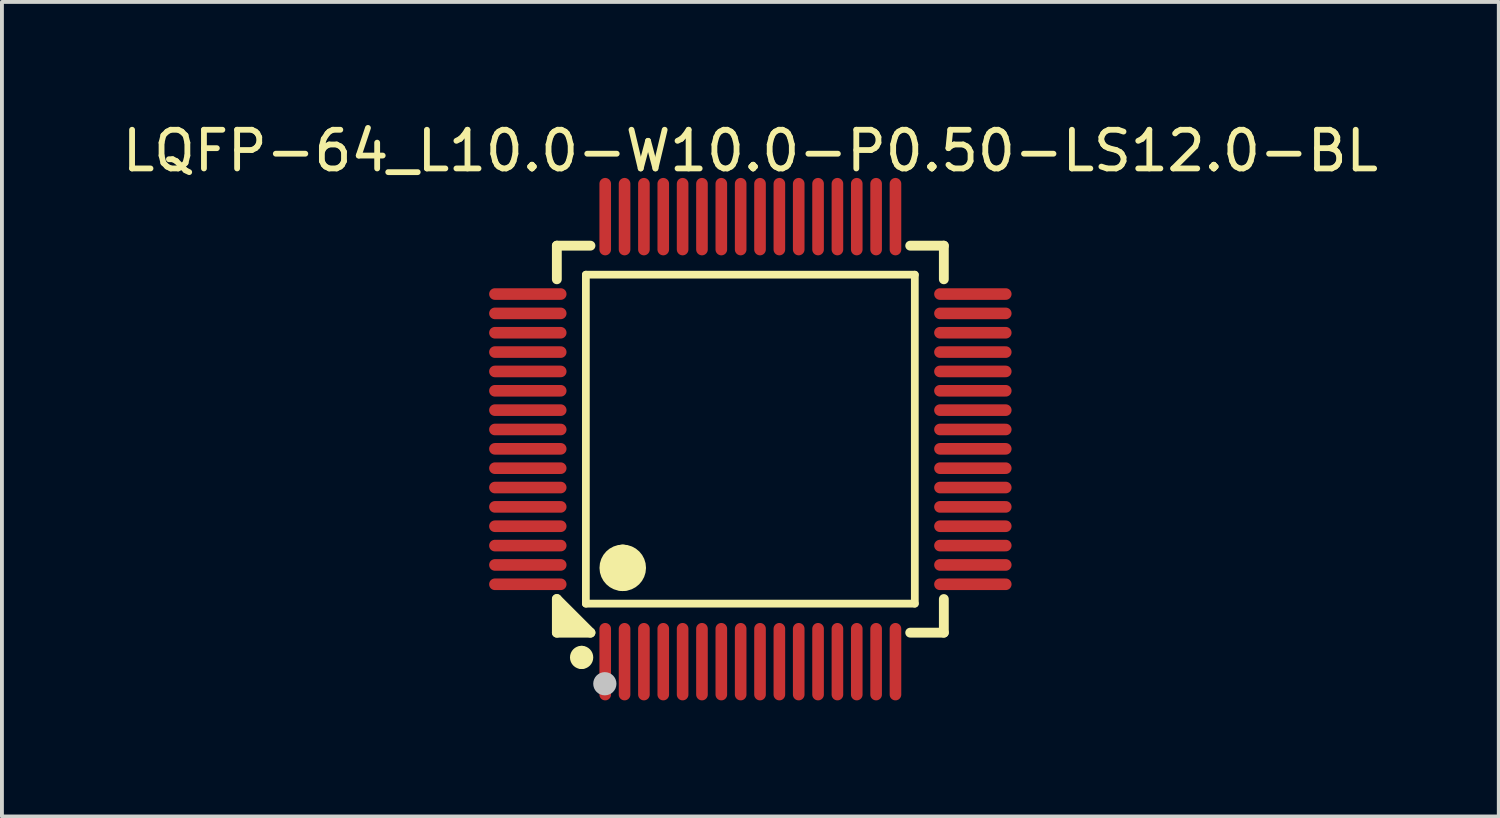
<source format=kicad_pcb>
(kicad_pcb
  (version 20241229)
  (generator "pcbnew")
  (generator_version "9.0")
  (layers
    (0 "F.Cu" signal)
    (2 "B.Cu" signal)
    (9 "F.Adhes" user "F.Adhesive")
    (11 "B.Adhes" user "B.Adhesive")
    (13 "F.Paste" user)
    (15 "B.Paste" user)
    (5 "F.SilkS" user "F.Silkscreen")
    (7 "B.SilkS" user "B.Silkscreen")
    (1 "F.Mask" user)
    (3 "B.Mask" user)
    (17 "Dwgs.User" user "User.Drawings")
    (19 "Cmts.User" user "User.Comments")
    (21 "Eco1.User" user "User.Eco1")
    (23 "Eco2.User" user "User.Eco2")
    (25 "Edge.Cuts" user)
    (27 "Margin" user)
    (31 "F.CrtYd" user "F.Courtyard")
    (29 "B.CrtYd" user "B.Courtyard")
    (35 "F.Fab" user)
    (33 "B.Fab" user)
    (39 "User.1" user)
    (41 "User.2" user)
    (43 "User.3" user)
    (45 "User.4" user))
  (footprint "LQFP-64_L10.0-W10.0-P0.50-LS12.0-BL"
    (layer "F.Cu")
    (at 16.339 8.298)
    (property "Reference" "LQFP-64_L10.0-W10.0-P0.50-LS12.0-BL" (at 0 -7.45 0) (layer "F.SilkS") (effects (font (size 1 1) (thickness 0.15))))
    (fp_line (start -5 -5) (end -4.131 -5) (stroke (width 0.254) (type default)) (layer "F.SilkS"))
    (fp_line (start -5 -4.131) (end -5 -5) (stroke (width 0.254) (type default)) (layer "F.SilkS"))
    (fp_line (start -5 4.131) (end -4.131 5) (stroke (width 0.254) (type default)) (layer "F.SilkS"))
    (fp_line (start -5 5) (end -5 4.131) (stroke (width 0.254) (type default)) (layer "F.SilkS"))
    (fp_line (start -4.25 -4.25) (end -4.25 4.25) (stroke (width 0.2) (type default)) (layer "F.SilkS"))
    (fp_line (start -4.25 4.25) (end 4.25 4.25) (stroke (width 0.2) (type default)) (layer "F.SilkS"))
    (fp_line (start -4.131 5) (end -5 5) (stroke (width 0.254) (type default)) (layer "F.SilkS"))
    (fp_line (start 4.25 -4.25) (end -4.25 -4.25) (stroke (width 0.2) (type default)) (layer "F.SilkS"))
    (fp_line (start 4.25 4.25) (end 4.25 -4.25) (stroke (width 0.2) (type default)) (layer "F.SilkS"))
    (fp_line (start 5 -5) (end 4.131 -5) (stroke (width 0.254) (type default)) (layer "F.SilkS"))
    (fp_line (start 5 -5) (end 5 -4.131) (stroke (width 0.254) (type default)) (layer "F.SilkS"))
    (fp_line (start 5 4.131) (end 5 5) (stroke (width 0.254) (type default)) (layer "F.SilkS"))
    (fp_line (start 5 5) (end 4.131 5) (stroke (width 0.254) (type default)) (layer "F.SilkS"))
    (fp_arc (start -4.36 5.79) (mid -4.509998 5.64075) (end -4.3615 5.49) (stroke (width 0.3) (type default)) (layer "F.SilkS"))
    (fp_arc (start -4.3585 5.49) (mid -4.209994 5.64075) (end -4.36 5.79) (stroke (width 0.3) (type default)) (layer "F.SilkS"))
    (fp_arc (start -3.297 3.625) (mid -3.596997 3.32625) (end -3.2995 3.025) (stroke (width 0.6) (type default)) (layer "F.SilkS"))
    (fp_arc (start -3.2945 3.025) (mid -2.996992 3.32625) (end -3.297 3.625) (stroke (width 0.6) (type default)) (layer "F.SilkS"))
    (fp_poly (pts (xy -4.131 5) (xy -5 4.131) (xy -5 5)) (stroke (width 0) (type default)) (fill yes) (layer "F.SilkS"))
    (fp_circle (center -3.76 6.32) (end -3.61 6.32) (stroke (width 0.3) (type default)) (fill no) (layer "Dwgs.User"))
    (fp_poly (pts (xy -6 -3.64) (xy -6 -3.86) (xy -5.4 -3.86) (xy -5.4 -3.64)) (stroke (width 0.1) (type default)) (fill no) (layer "User.1"))
    (fp_poly (pts (xy -6 -3.14) (xy -6 -3.36) (xy -5.4 -3.36) (xy -5.4 -3.14)) (stroke (width 0.1) (type default)) (fill no) (layer "User.1"))
    (fp_poly (pts (xy -6 -2.64) (xy -6 -2.86) (xy -5.4 -2.86) (xy -5.4 -2.64)) (stroke (width 0.1) (type default)) (fill no) (layer "User.1"))
    (fp_poly (pts (xy -6 -2.14) (xy -6 -2.36) (xy -5.4 -2.36) (xy -5.4 -2.14)) (stroke (width 0.1) (type default)) (fill no) (layer "User.1"))
    (fp_poly (pts (xy -6 -1.64) (xy -6 -1.86) (xy -5.4 -1.86) (xy -5.4 -1.64)) (stroke (width 0.1) (type default)) (fill no) (layer "User.1"))
    (fp_poly (pts (xy -6 -1.14) (xy -6 -1.36) (xy -5.4 -1.36) (xy -5.4 -1.14)) (stroke (width 0.1) (type default)) (fill no) (layer "User.1"))
    (fp_poly (pts (xy -6 -0.64) (xy -6 -0.86) (xy -5.4 -0.86) (xy -5.4 -0.64)) (stroke (width 0.1) (type default)) (fill no) (layer "User.1"))
    (fp_poly (pts (xy -6 -0.14) (xy -6 -0.36) (xy -5.4 -0.36) (xy -5.4 -0.14)) (stroke (width 0.1) (type default)) (fill no) (layer "User.1"))
    (fp_poly (pts (xy -6 0.36) (xy -6 0.14) (xy -5.4 0.14) (xy -5.4 0.36)) (stroke (width 0.1) (type default)) (fill no) (layer "User.1"))
    (fp_poly (pts (xy -6 0.86) (xy -6 0.64) (xy -5.4 0.64) (xy -5.4 0.86)) (stroke (width 0.1) (type default)) (fill no) (layer "User.1"))
    (fp_poly (pts (xy -6 1.36) (xy -6 1.14) (xy -5.4 1.14) (xy -5.4 1.36)) (stroke (width 0.1) (type default)) (fill no) (layer "User.1"))
    (fp_poly (pts (xy -6 1.86) (xy -6 1.64) (xy -5.4 1.64) (xy -5.4 1.86)) (stroke (width 0.1) (type default)) (fill no) (layer "User.1"))
    (fp_poly (pts (xy -6 2.36) (xy -6 2.14) (xy -5.4 2.14) (xy -5.4 2.36)) (stroke (width 0.1) (type default)) (fill no) (layer "User.1"))
    (fp_poly (pts (xy -6 2.86) (xy -6 2.64) (xy -5.4 2.64) (xy -5.4 2.86)) (stroke (width 0.1) (type default)) (fill no) (layer "User.1"))
    (fp_poly (pts (xy -6 3.36) (xy -6 3.14) (xy -5.4 3.14) (xy -5.4 3.36)) (stroke (width 0.1) (type default)) (fill no) (layer "User.1"))
    (fp_poly (pts (xy -6 3.86) (xy -6 3.64) (xy -5.4 3.64) (xy -5.4 3.86)) (stroke (width 0.1) (type default)) (fill no) (layer "User.1"))
    (fp_poly (pts (xy -5.41 -3.64) (xy -5.41 -3.86) (xy -4.99 -3.86) (xy -4.99 -3.64)) (stroke (width 0.1) (type default)) (fill no) (layer "User.1"))
    (fp_poly (pts (xy -5.41 -3.14) (xy -5.41 -3.36) (xy -4.99 -3.36) (xy -4.99 -3.14)) (stroke (width 0.1) (type default)) (fill no) (layer "User.1"))
    (fp_poly (pts (xy -5.41 -2.64) (xy -5.41 -2.86) (xy -4.99 -2.86) (xy -4.99 -2.64)) (stroke (width 0.1) (type default)) (fill no) (layer "User.1"))
    (fp_poly (pts (xy -5.41 -2.14) (xy -5.41 -2.36) (xy -4.99 -2.36) (xy -4.99 -2.14)) (stroke (width 0.1) (type default)) (fill no) (layer "User.1"))
    (fp_poly (pts (xy -5.41 -1.64) (xy -5.41 -1.86) (xy -4.99 -1.86) (xy -4.99 -1.64)) (stroke (width 0.1) (type default)) (fill no) (layer "User.1"))
    (fp_poly (pts (xy -5.41 -1.14) (xy -5.41 -1.36) (xy -4.99 -1.36) (xy -4.99 -1.14)) (stroke (width 0.1) (type default)) (fill no) (layer "User.1"))
    (fp_poly (pts (xy -5.41 -0.64) (xy -5.41 -0.86) (xy -4.99 -0.86) (xy -4.99 -0.64)) (stroke (width 0.1) (type default)) (fill no) (layer "User.1"))
    (fp_poly (pts (xy -5.41 -0.14) (xy -5.41 -0.36) (xy -4.99 -0.36) (xy -4.99 -0.14)) (stroke (width 0.1) (type default)) (fill no) (layer "User.1"))
    (fp_poly (pts (xy -5.41 0.36) (xy -5.41 0.14) (xy -4.99 0.14) (xy -4.99 0.36)) (stroke (width 0.1) (type default)) (fill no) (layer "User.1"))
    (fp_poly (pts (xy -5.41 0.86) (xy -5.41 0.64) (xy -4.99 0.64) (xy -4.99 0.86)) (stroke (width 0.1) (type default)) (fill no) (layer "User.1"))
    (fp_poly (pts (xy -5.41 1.36) (xy -5.41 1.14) (xy -4.99 1.14) (xy -4.99 1.36)) (stroke (width 0.1) (type default)) (fill no) (layer "User.1"))
    (fp_poly (pts (xy -5.41 1.86) (xy -5.41 1.64) (xy -4.99 1.64) (xy -4.99 1.86)) (stroke (width 0.1) (type default)) (fill no) (layer "User.1"))
    (fp_poly (pts (xy -5.41 2.36) (xy -5.41 2.14) (xy -4.99 2.14) (xy -4.99 2.36)) (stroke (width 0.1) (type default)) (fill no) (layer "User.1"))
    (fp_poly (pts (xy -5.41 2.86) (xy -5.41 2.64) (xy -4.99 2.64) (xy -4.99 2.86)) (stroke (width 0.1) (type default)) (fill no) (layer "User.1"))
    (fp_poly (pts (xy -5.41 3.36) (xy -5.41 3.14) (xy -4.99 3.14) (xy -4.99 3.36)) (stroke (width 0.1) (type default)) (fill no) (layer "User.1"))
    (fp_poly (pts (xy -5.41 3.86) (xy -5.41 3.64) (xy -4.99 3.64) (xy -4.99 3.86)) (stroke (width 0.1) (type default)) (fill no) (layer "User.1"))
    (fp_poly (pts (xy -3.86 -5.4) (xy -3.86 -6) (xy -3.64 -6) (xy -3.64 -5.4)) (stroke (width 0.1) (type default)) (fill no) (layer "User.1"))
    (fp_poly (pts (xy -3.86 -4.99) (xy -3.86 -5.41) (xy -3.64 -5.41) (xy -3.64 -4.99)) (stroke (width 0.1) (type default)) (fill no) (layer "User.1"))
    (fp_poly (pts (xy -3.86 5.41) (xy -3.86 4.99) (xy -3.64 4.99) (xy -3.64 5.41)) (stroke (width 0.1) (type default)) (fill no) (layer "User.1"))
    (fp_poly (pts (xy -3.86 6) (xy -3.86 5.4) (xy -3.64 5.4) (xy -3.64 6)) (stroke (width 0.1) (type default)) (fill no) (layer "User.1"))
    (fp_poly (pts (xy -3.36 -5.4) (xy -3.36 -6) (xy -3.14 -6) (xy -3.14 -5.4)) (stroke (width 0.1) (type default)) (fill no) (layer "User.1"))
    (fp_poly (pts (xy -3.36 -4.99) (xy -3.36 -5.41) (xy -3.14 -5.41) (xy -3.14 -4.99)) (stroke (width 0.1) (type default)) (fill no) (layer "User.1"))
    (fp_poly (pts (xy -3.36 5.41) (xy -3.36 4.99) (xy -3.14 4.99) (xy -3.14 5.41)) (stroke (width 0.1) (type default)) (fill no) (layer "User.1"))
    (fp_poly (pts (xy -3.36 6) (xy -3.36 5.4) (xy -3.14 5.4) (xy -3.14 6)) (stroke (width 0.1) (type default)) (fill no) (layer "User.1"))
    (fp_poly (pts (xy -2.86 -5.4) (xy -2.86 -6) (xy -2.64 -6) (xy -2.64 -5.4)) (stroke (width 0.1) (type default)) (fill no) (layer "User.1"))
    (fp_poly (pts (xy -2.86 -4.99) (xy -2.86 -5.41) (xy -2.64 -5.41) (xy -2.64 -4.99)) (stroke (width 0.1) (type default)) (fill no) (layer "User.1"))
    (fp_poly (pts (xy -2.86 5.41) (xy -2.86 4.99) (xy -2.64 4.99) (xy -2.64 5.41)) (stroke (width 0.1) (type default)) (fill no) (layer "User.1"))
    (fp_poly (pts (xy -2.86 6) (xy -2.86 5.4) (xy -2.64 5.4) (xy -2.64 6)) (stroke (width 0.1) (type default)) (fill no) (layer "User.1"))
    (fp_poly (pts (xy -2.36 -5.4) (xy -2.36 -6) (xy -2.14 -6) (xy -2.14 -5.4)) (stroke (width 0.1) (type default)) (fill no) (layer "User.1"))
    (fp_poly (pts (xy -2.36 -4.99) (xy -2.36 -5.41) (xy -2.14 -5.41) (xy -2.14 -4.99)) (stroke (width 0.1) (type default)) (fill no) (layer "User.1"))
    (fp_poly (pts (xy -2.36 5.41) (xy -2.36 4.99) (xy -2.14 4.99) (xy -2.14 5.41)) (stroke (width 0.1) (type default)) (fill no) (layer "User.1"))
    (fp_poly (pts (xy -2.36 6) (xy -2.36 5.4) (xy -2.14 5.4) (xy -2.14 6)) (stroke (width 0.1) (type default)) (fill no) (layer "User.1"))
    (fp_poly (pts (xy -1.86 -5.4) (xy -1.86 -6) (xy -1.64 -6) (xy -1.64 -5.4)) (stroke (width 0.1) (type default)) (fill no) (layer "User.1"))
    (fp_poly (pts (xy -1.86 -4.99) (xy -1.86 -5.41) (xy -1.64 -5.41) (xy -1.64 -4.99)) (stroke (width 0.1) (type default)) (fill no) (layer "User.1"))
    (fp_poly (pts (xy -1.86 5.41) (xy -1.86 4.99) (xy -1.64 4.99) (xy -1.64 5.41)) (stroke (width 0.1) (type default)) (fill no) (layer "User.1"))
    (fp_poly (pts (xy -1.86 6) (xy -1.86 5.4) (xy -1.64 5.4) (xy -1.64 6)) (stroke (width 0.1) (type default)) (fill no) (layer "User.1"))
    (fp_poly (pts (xy -1.36 -5.4) (xy -1.36 -6) (xy -1.14 -6) (xy -1.14 -5.4)) (stroke (width 0.1) (type default)) (fill no) (layer "User.1"))
    (fp_poly (pts (xy -1.36 -4.99) (xy -1.36 -5.41) (xy -1.14 -5.41) (xy -1.14 -4.99)) (stroke (width 0.1) (type default)) (fill no) (layer "User.1"))
    (fp_poly (pts (xy -1.36 5.41) (xy -1.36 4.99) (xy -1.14 4.99) (xy -1.14 5.41)) (stroke (width 0.1) (type default)) (fill no) (layer "User.1"))
    (fp_poly (pts (xy -1.36 6) (xy -1.36 5.4) (xy -1.14 5.4) (xy -1.14 6)) (stroke (width 0.1) (type default)) (fill no) (layer "User.1"))
    (fp_poly (pts (xy -0.86 -5.4) (xy -0.86 -6) (xy -0.64 -6) (xy -0.64 -5.4)) (stroke (width 0.1) (type default)) (fill no) (layer "User.1"))
    (fp_poly (pts (xy -0.86 -4.99) (xy -0.86 -5.41) (xy -0.64 -5.41) (xy -0.64 -4.99)) (stroke (width 0.1) (type default)) (fill no) (layer "User.1"))
    (fp_poly (pts (xy -0.86 5.41) (xy -0.86 4.99) (xy -0.64 4.99) (xy -0.64 5.41)) (stroke (width 0.1) (type default)) (fill no) (layer "User.1"))
    (fp_poly (pts (xy -0.86 6) (xy -0.86 5.4) (xy -0.64 5.4) (xy -0.64 6)) (stroke (width 0.1) (type default)) (fill no) (layer "User.1"))
    (fp_poly (pts (xy -0.36 -5.4) (xy -0.36 -6) (xy -0.14 -6) (xy -0.14 -5.4)) (stroke (width 0.1) (type default)) (fill no) (layer "User.1"))
    (fp_poly (pts (xy -0.36 -4.99) (xy -0.36 -5.41) (xy -0.14 -5.41) (xy -0.14 -4.99)) (stroke (width 0.1) (type default)) (fill no) (layer "User.1"))
    (fp_poly (pts (xy -0.36 5.41) (xy -0.36 4.99) (xy -0.14 4.99) (xy -0.14 5.41)) (stroke (width 0.1) (type default)) (fill no) (layer "User.1"))
    (fp_poly (pts (xy -0.36 6) (xy -0.36 5.4) (xy -0.14 5.4) (xy -0.14 6)) (stroke (width 0.1) (type default)) (fill no) (layer "User.1"))
    (fp_poly (pts (xy 0.14 -5.4) (xy 0.14 -6) (xy 0.36 -6) (xy 0.36 -5.4)) (stroke (width 0.1) (type default)) (fill no) (layer "User.1"))
    (fp_poly (pts (xy 0.14 -4.99) (xy 0.14 -5.41) (xy 0.36 -5.41) (xy 0.36 -4.99)) (stroke (width 0.1) (type default)) (fill no) (layer "User.1"))
    (fp_poly (pts (xy 0.14 5.41) (xy 0.14 4.99) (xy 0.36 4.99) (xy 0.36 5.41)) (stroke (width 0.1) (type default)) (fill no) (layer "User.1"))
    (fp_poly (pts (xy 0.14 6) (xy 0.14 5.4) (xy 0.36 5.4) (xy 0.36 6)) (stroke (width 0.1) (type default)) (fill no) (layer "User.1"))
    (fp_poly (pts (xy 0.64 -5.4) (xy 0.64 -6) (xy 0.86 -6) (xy 0.86 -5.4)) (stroke (width 0.1) (type default)) (fill no) (layer "User.1"))
    (fp_poly (pts (xy 0.64 -4.99) (xy 0.64 -5.41) (xy 0.86 -5.41) (xy 0.86 -4.99)) (stroke (width 0.1) (type default)) (fill no) (layer "User.1"))
    (fp_poly (pts (xy 0.64 5.41) (xy 0.64 4.99) (xy 0.86 4.99) (xy 0.86 5.41)) (stroke (width 0.1) (type default)) (fill no) (layer "User.1"))
    (fp_poly (pts (xy 0.64 6) (xy 0.64 5.4) (xy 0.86 5.4) (xy 0.86 6)) (stroke (width 0.1) (type default)) (fill no) (layer "User.1"))
    (fp_poly (pts (xy 1.14 -5.4) (xy 1.14 -6) (xy 1.36 -6) (xy 1.36 -5.4)) (stroke (width 0.1) (type default)) (fill no) (layer "User.1"))
    (fp_poly (pts (xy 1.14 -4.99) (xy 1.14 -5.41) (xy 1.36 -5.41) (xy 1.36 -4.99)) (stroke (width 0.1) (type default)) (fill no) (layer "User.1"))
    (fp_poly (pts (xy 1.14 5.41) (xy 1.14 4.99) (xy 1.36 4.99) (xy 1.36 5.41)) (stroke (width 0.1) (type default)) (fill no) (layer "User.1"))
    (fp_poly (pts (xy 1.14 6) (xy 1.14 5.4) (xy 1.36 5.4) (xy 1.36 6)) (stroke (width 0.1) (type default)) (fill no) (layer "User.1"))
    (fp_poly (pts (xy 1.64 -5.4) (xy 1.64 -6) (xy 1.86 -6) (xy 1.86 -5.4)) (stroke (width 0.1) (type default)) (fill no) (layer "User.1"))
    (fp_poly (pts (xy 1.64 -4.99) (xy 1.64 -5.41) (xy 1.86 -5.41) (xy 1.86 -4.99)) (stroke (width 0.1) (type default)) (fill no) (layer "User.1"))
    (fp_poly (pts (xy 1.64 5.41) (xy 1.64 4.99) (xy 1.86 4.99) (xy 1.86 5.41)) (stroke (width 0.1) (type default)) (fill no) (layer "User.1"))
    (fp_poly (pts (xy 1.64 6) (xy 1.64 5.4) (xy 1.86 5.4) (xy 1.86 6)) (stroke (width 0.1) (type default)) (fill no) (layer "User.1"))
    (fp_poly (pts (xy 2.14 -5.4) (xy 2.14 -6) (xy 2.36 -6) (xy 2.36 -5.4)) (stroke (width 0.1) (type default)) (fill no) (layer "User.1"))
    (fp_poly (pts (xy 2.14 -4.99) (xy 2.14 -5.41) (xy 2.36 -5.41) (xy 2.36 -4.99)) (stroke (width 0.1) (type default)) (fill no) (layer "User.1"))
    (fp_poly (pts (xy 2.14 5.41) (xy 2.14 4.99) (xy 2.36 4.99) (xy 2.36 5.41)) (stroke (width 0.1) (type default)) (fill no) (layer "User.1"))
    (fp_poly (pts (xy 2.14 6) (xy 2.14 5.4) (xy 2.36 5.4) (xy 2.36 6)) (stroke (width 0.1) (type default)) (fill no) (layer "User.1"))
    (fp_poly (pts (xy 2.64 -5.4) (xy 2.64 -6) (xy 2.86 -6) (xy 2.86 -5.4)) (stroke (width 0.1) (type default)) (fill no) (layer "User.1"))
    (fp_poly (pts (xy 2.64 -4.99) (xy 2.64 -5.41) (xy 2.86 -5.41) (xy 2.86 -4.99)) (stroke (width 0.1) (type default)) (fill no) (layer "User.1"))
    (fp_poly (pts (xy 2.64 5.41) (xy 2.64 4.99) (xy 2.86 4.99) (xy 2.86 5.41)) (stroke (width 0.1) (type default)) (fill no) (layer "User.1"))
    (fp_poly (pts (xy 2.64 6) (xy 2.64 5.4) (xy 2.86 5.4) (xy 2.86 6)) (stroke (width 0.1) (type default)) (fill no) (layer "User.1"))
    (fp_poly (pts (xy 3.14 -5.4) (xy 3.14 -6) (xy 3.36 -6) (xy 3.36 -5.4)) (stroke (width 0.1) (type default)) (fill no) (layer "User.1"))
    (fp_poly (pts (xy 3.14 -4.99) (xy 3.14 -5.41) (xy 3.36 -5.41) (xy 3.36 -4.99)) (stroke (width 0.1) (type default)) (fill no) (layer "User.1"))
    (fp_poly (pts (xy 3.14 5.41) (xy 3.14 4.99) (xy 3.36 4.99) (xy 3.36 5.41)) (stroke (width 0.1) (type default)) (fill no) (layer "User.1"))
    (fp_poly (pts (xy 3.14 6) (xy 3.14 5.4) (xy 3.36 5.4) (xy 3.36 6)) (stroke (width 0.1) (type default)) (fill no) (layer "User.1"))
    (fp_poly (pts (xy 3.64 -5.4) (xy 3.64 -6) (xy 3.86 -6) (xy 3.86 -5.4)) (stroke (width 0.1) (type default)) (fill no) (layer "User.1"))
    (fp_poly (pts (xy 3.64 -4.99) (xy 3.64 -5.41) (xy 3.86 -5.41) (xy 3.86 -4.99)) (stroke (width 0.1) (type default)) (fill no) (layer "User.1"))
    (fp_poly (pts (xy 3.64 5.41) (xy 3.64 4.99) (xy 3.86 4.99) (xy 3.86 5.41)) (stroke (width 0.1) (type default)) (fill no) (layer "User.1"))
    (fp_poly (pts (xy 3.64 6) (xy 3.64 5.4) (xy 3.86 5.4) (xy 3.86 6)) (stroke (width 0.1) (type default)) (fill no) (layer "User.1"))
    (fp_poly (pts (xy 4.99 -3.64) (xy 4.99 -3.86) (xy 5.41 -3.86) (xy 5.41 -3.64)) (stroke (width 0.1) (type default)) (fill no) (layer "User.1"))
    (fp_poly (pts (xy 4.99 -3.14) (xy 4.99 -3.36) (xy 5.41 -3.36) (xy 5.41 -3.14)) (stroke (width 0.1) (type default)) (fill no) (layer "User.1"))
    (fp_poly (pts (xy 4.99 -2.64) (xy 4.99 -2.86) (xy 5.41 -2.86) (xy 5.41 -2.64)) (stroke (width 0.1) (type default)) (fill no) (layer "User.1"))
    (fp_poly (pts (xy 4.99 -2.14) (xy 4.99 -2.36) (xy 5.41 -2.36) (xy 5.41 -2.14)) (stroke (width 0.1) (type default)) (fill no) (layer "User.1"))
    (fp_poly (pts (xy 4.99 -1.64) (xy 4.99 -1.86) (xy 5.41 -1.86) (xy 5.41 -1.64)) (stroke (width 0.1) (type default)) (fill no) (layer "User.1"))
    (fp_poly (pts (xy 4.99 -1.14) (xy 4.99 -1.36) (xy 5.41 -1.36) (xy 5.41 -1.14)) (stroke (width 0.1) (type default)) (fill no) (layer "User.1"))
    (fp_poly (pts (xy 4.99 -0.64) (xy 4.99 -0.86) (xy 5.41 -0.86) (xy 5.41 -0.64)) (stroke (width 0.1) (type default)) (fill no) (layer "User.1"))
    (fp_poly (pts (xy 4.99 -0.14) (xy 4.99 -0.36) (xy 5.41 -0.36) (xy 5.41 -0.14)) (stroke (width 0.1) (type default)) (fill no) (layer "User.1"))
    (fp_poly (pts (xy 4.99 0.36) (xy 4.99 0.14) (xy 5.41 0.14) (xy 5.41 0.36)) (stroke (width 0.1) (type default)) (fill no) (layer "User.1"))
    (fp_poly (pts (xy 4.99 0.86) (xy 4.99 0.64) (xy 5.41 0.64) (xy 5.41 0.86)) (stroke (width 0.1) (type default)) (fill no) (layer "User.1"))
    (fp_poly (pts (xy 4.99 1.36) (xy 4.99 1.14) (xy 5.41 1.14) (xy 5.41 1.36)) (stroke (width 0.1) (type default)) (fill no) (layer "User.1"))
    (fp_poly (pts (xy 4.99 1.86) (xy 4.99 1.64) (xy 5.41 1.64) (xy 5.41 1.86)) (stroke (width 0.1) (type default)) (fill no) (layer "User.1"))
    (fp_poly (pts (xy 4.99 2.36) (xy 4.99 2.14) (xy 5.41 2.14) (xy 5.41 2.36)) (stroke (width 0.1) (type default)) (fill no) (layer "User.1"))
    (fp_poly (pts (xy 4.99 2.86) (xy 4.99 2.64) (xy 5.41 2.64) (xy 5.41 2.86)) (stroke (width 0.1) (type default)) (fill no) (layer "User.1"))
    (fp_poly (pts (xy 4.99 3.36) (xy 4.99 3.14) (xy 5.41 3.14) (xy 5.41 3.36)) (stroke (width 0.1) (type default)) (fill no) (layer "User.1"))
    (fp_poly (pts (xy 4.99 3.86) (xy 4.99 3.64) (xy 5.41 3.64) (xy 5.41 3.86)) (stroke (width 0.1) (type default)) (fill no) (layer "User.1"))
    (fp_poly (pts (xy 5.4 -3.64) (xy 5.4 -3.86) (xy 6 -3.86) (xy 6 -3.64)) (stroke (width 0.1) (type default)) (fill no) (layer "User.1"))
    (fp_poly (pts (xy 5.4 -3.14) (xy 5.4 -3.36) (xy 6 -3.36) (xy 6 -3.14)) (stroke (width 0.1) (type default)) (fill no) (layer "User.1"))
    (fp_poly (pts (xy 5.4 -2.64) (xy 5.4 -2.86) (xy 6 -2.86) (xy 6 -2.64)) (stroke (width 0.1) (type default)) (fill no) (layer "User.1"))
    (fp_poly (pts (xy 5.4 -2.14) (xy 5.4 -2.36) (xy 6 -2.36) (xy 6 -2.14)) (stroke (width 0.1) (type default)) (fill no) (layer "User.1"))
    (fp_poly (pts (xy 5.4 -1.64) (xy 5.4 -1.86) (xy 6 -1.86) (xy 6 -1.64)) (stroke (width 0.1) (type default)) (fill no) (layer "User.1"))
    (fp_poly (pts (xy 5.4 -1.14) (xy 5.4 -1.36) (xy 6 -1.36) (xy 6 -1.14)) (stroke (width 0.1) (type default)) (fill no) (layer "User.1"))
    (fp_poly (pts (xy 5.4 -0.64) (xy 5.4 -0.86) (xy 6 -0.86) (xy 6 -0.64)) (stroke (width 0.1) (type default)) (fill no) (layer "User.1"))
    (fp_poly (pts (xy 5.4 -0.14) (xy 5.4 -0.36) (xy 6 -0.36) (xy 6 -0.14)) (stroke (width 0.1) (type default)) (fill no) (layer "User.1"))
    (fp_poly (pts (xy 5.4 0.36) (xy 5.4 0.14) (xy 6 0.14) (xy 6 0.36)) (stroke (width 0.1) (type default)) (fill no) (layer "User.1"))
    (fp_poly (pts (xy 5.4 0.86) (xy 5.4 0.64) (xy 6 0.64) (xy 6 0.86)) (stroke (width 0.1) (type default)) (fill no) (layer "User.1"))
    (fp_poly (pts (xy 5.4 1.36) (xy 5.4 1.14) (xy 6 1.14) (xy 6 1.36)) (stroke (width 0.1) (type default)) (fill no) (layer "User.1"))
    (fp_poly (pts (xy 5.4 1.86) (xy 5.4 1.64) (xy 6 1.64) (xy 6 1.86)) (stroke (width 0.1) (type default)) (fill no) (layer "User.1"))
    (fp_poly (pts (xy 5.4 2.36) (xy 5.4 2.14) (xy 6 2.14) (xy 6 2.36)) (stroke (width 0.1) (type default)) (fill no) (layer "User.1"))
    (fp_poly (pts (xy 5.4 2.86) (xy 5.4 2.64) (xy 6 2.64) (xy 6 2.86)) (stroke (width 0.1) (type default)) (fill no) (layer "User.1"))
    (fp_poly (pts (xy 5.4 3.36) (xy 5.4 3.14) (xy 6 3.14) (xy 6 3.36)) (stroke (width 0.1) (type default)) (fill no) (layer "User.1"))
    (fp_poly (pts (xy 5.4 3.86) (xy 5.4 3.64) (xy 6 3.64) (xy 6 3.86)) (stroke (width 0.1) (type default)) (fill no) (layer "User.1"))
    (fp_line (start -5 -5) (end 5 -5) (stroke (width 0.051) (type default)) (layer "User.2"))
    (fp_line (start -5 5) (end -5 -5) (stroke (width 0.051) (type default)) (layer "User.2"))
    (fp_line (start 5 -5) (end 5 5) (stroke (width 0.051) (type default)) (layer "User.2"))
    (fp_line (start 5 5) (end -5 5) (stroke (width 0.051) (type default)) (layer "User.2"))
    (fp_poly (pts (xy -5.945 5.977) (xy -5.977 5.945) (xy -6.023 5.945) (xy -6.055 5.977) (xy -6.055 6.023) (xy -6.023 6.055) (xy -5.977 6.055) (xy -5.945 6.023)) (stroke (width 0.1) (type default)) (fill no) (layer "User.3"))
    (pad "1" smd oval (at -3.75 5.75) (size 0.3 2) (layers "F.Cu" "F.Mask" "F.Paste"))
    (pad "2" smd oval (at -3.25 5.75) (size 0.3 2) (layers "F.Cu" "F.Mask" "F.Paste"))
    (pad "3" smd oval (at -2.75 5.75) (size 0.3 2) (layers "F.Cu" "F.Mask" "F.Paste"))
    (pad "4" smd oval (at -2.25 5.75) (size 0.3 2) (layers "F.Cu" "F.Mask" "F.Paste"))
    (pad "5" smd oval (at -1.75 5.75) (size 0.3 2) (layers "F.Cu" "F.Mask" "F.Paste"))
    (pad "6" smd oval (at -1.25 5.75) (size 0.3 2) (layers "F.Cu" "F.Mask" "F.Paste"))
    (pad "7" smd oval (at -0.75 5.75) (size 0.3 2) (layers "F.Cu" "F.Mask" "F.Paste"))
    (pad "8" smd oval (at -0.25 5.75) (size 0.3 2) (layers "F.Cu" "F.Mask" "F.Paste"))
    (pad "9" smd oval (at 0.25 5.75) (size 0.3 2) (layers "F.Cu" "F.Mask" "F.Paste"))
    (pad "10" smd oval (at 0.75 5.75) (size 0.3 2) (layers "F.Cu" "F.Mask" "F.Paste"))
    (pad "11" smd oval (at 1.25 5.75) (size 0.3 2) (layers "F.Cu" "F.Mask" "F.Paste"))
    (pad "12" smd oval (at 1.75 5.75) (size 0.3 2) (layers "F.Cu" "F.Mask" "F.Paste"))
    (pad "13" smd oval (at 2.25 5.75) (size 0.3 2) (layers "F.Cu" "F.Mask" "F.Paste"))
    (pad "14" smd oval (at 2.75 5.75) (size 0.3 2) (layers "F.Cu" "F.Mask" "F.Paste"))
    (pad "15" smd oval (at 3.25 5.75) (size 0.3 2) (layers "F.Cu" "F.Mask" "F.Paste"))
    (pad "16" smd oval (at 3.75 5.75) (size 0.3 2) (layers "F.Cu" "F.Mask" "F.Paste"))
    (pad "17" smd oval (at 5.75 3.75) (size 2 0.3) (layers "F.Cu" "F.Mask" "F.Paste"))
    (pad "18" smd oval (at 5.75 3.25) (size 2 0.3) (layers "F.Cu" "F.Mask" "F.Paste"))
    (pad "19" smd oval (at 5.75 2.75) (size 2 0.3) (layers "F.Cu" "F.Mask" "F.Paste"))
    (pad "20" smd oval (at 5.75 2.25) (size 2 0.3) (layers "F.Cu" "F.Mask" "F.Paste"))
    (pad "21" smd oval (at 5.75 1.75) (size 2 0.3) (layers "F.Cu" "F.Mask" "F.Paste"))
    (pad "22" smd oval (at 5.75 1.25) (size 2 0.3) (layers "F.Cu" "F.Mask" "F.Paste"))
    (pad "23" smd oval (at 5.75 0.75) (size 2 0.3) (layers "F.Cu" "F.Mask" "F.Paste"))
    (pad "24" smd oval (at 5.75 0.25) (size 2 0.3) (layers "F.Cu" "F.Mask" "F.Paste"))
    (pad "25" smd oval (at 5.75 -0.25) (size 2 0.3) (layers "F.Cu" "F.Mask" "F.Paste"))
    (pad "26" smd oval (at 5.75 -0.75) (size 2 0.3) (layers "F.Cu" "F.Mask" "F.Paste"))
    (pad "27" smd oval (at 5.75 -1.25) (size 2 0.3) (layers "F.Cu" "F.Mask" "F.Paste"))
    (pad "28" smd oval (at 5.75 -1.75) (size 2 0.3) (layers "F.Cu" "F.Mask" "F.Paste"))
    (pad "29" smd oval (at 5.75 -2.25) (size 2 0.3) (layers "F.Cu" "F.Mask" "F.Paste"))
    (pad "30" smd oval (at 5.75 -2.75) (size 2 0.3) (layers "F.Cu" "F.Mask" "F.Paste"))
    (pad "31" smd oval (at 5.75 -3.25) (size 2 0.3) (layers "F.Cu" "F.Mask" "F.Paste"))
    (pad "32" smd oval (at 5.75 -3.75) (size 2 0.3) (layers "F.Cu" "F.Mask" "F.Paste"))
    (pad "33" smd oval (at 3.75 -5.75) (size 0.3 2) (layers "F.Cu" "F.Mask" "F.Paste"))
    (pad "34" smd oval (at 3.25 -5.75) (size 0.3 2) (layers "F.Cu" "F.Mask" "F.Paste"))
    (pad "35" smd oval (at 2.75 -5.75) (size 0.3 2) (layers "F.Cu" "F.Mask" "F.Paste"))
    (pad "36" smd oval (at 2.25 -5.75) (size 0.3 2) (layers "F.Cu" "F.Mask" "F.Paste"))
    (pad "37" smd oval (at 1.75 -5.75) (size 0.3 2) (layers "F.Cu" "F.Mask" "F.Paste"))
    (pad "38" smd oval (at 1.25 -5.75) (size 0.3 2) (layers "F.Cu" "F.Mask" "F.Paste"))
    (pad "39" smd oval (at 0.75 -5.75) (size 0.3 2) (layers "F.Cu" "F.Mask" "F.Paste"))
    (pad "40" smd oval (at 0.25 -5.75) (size 0.3 2) (layers "F.Cu" "F.Mask" "F.Paste"))
    (pad "41" smd oval (at -0.25 -5.75) (size 0.3 2) (layers "F.Cu" "F.Mask" "F.Paste"))
    (pad "42" smd oval (at -0.75 -5.75) (size 0.3 2) (layers "F.Cu" "F.Mask" "F.Paste"))
    (pad "43" smd oval (at -1.25 -5.75) (size 0.3 2) (layers "F.Cu" "F.Mask" "F.Paste"))
    (pad "44" smd oval (at -1.75 -5.75) (size 0.3 2) (layers "F.Cu" "F.Mask" "F.Paste"))
    (pad "45" smd oval (at -2.25 -5.75) (size 0.3 2) (layers "F.Cu" "F.Mask" "F.Paste"))
    (pad "46" smd oval (at -2.75 -5.75) (size 0.3 2) (layers "F.Cu" "F.Mask" "F.Paste"))
    (pad "47" smd oval (at -3.25 -5.75) (size 0.3 2) (layers "F.Cu" "F.Mask" "F.Paste"))
    (pad "48" smd oval (at -3.75 -5.75) (size 0.3 2) (layers "F.Cu" "F.Mask" "F.Paste"))
    (pad "49" smd oval (at -5.75 -3.75) (size 2 0.3) (layers "F.Cu" "F.Mask" "F.Paste"))
    (pad "50" smd oval (at -5.75 -3.25) (size 2 0.3) (layers "F.Cu" "F.Mask" "F.Paste"))
    (pad "51" smd oval (at -5.75 -2.75) (size 2 0.3) (layers "F.Cu" "F.Mask" "F.Paste"))
    (pad "52" smd oval (at -5.75 -2.25) (size 2 0.3) (layers "F.Cu" "F.Mask" "F.Paste"))
    (pad "53" smd oval (at -5.75 -1.75) (size 2 0.3) (layers "F.Cu" "F.Mask" "F.Paste"))
    (pad "54" smd oval (at -5.75 -1.25) (size 2 0.3) (layers "F.Cu" "F.Mask" "F.Paste"))
    (pad "55" smd oval (at -5.75 -0.75) (size 2 0.3) (layers "F.Cu" "F.Mask" "F.Paste"))
    (pad "56" smd oval (at -5.75 -0.25) (size 2 0.3) (layers "F.Cu" "F.Mask" "F.Paste"))
    (pad "57" smd oval (at -5.75 0.25) (size 2 0.3) (layers "F.Cu" "F.Mask" "F.Paste"))
    (pad "58" smd oval (at -5.75 0.75) (size 2 0.3) (layers "F.Cu" "F.Mask" "F.Paste"))
    (pad "59" smd oval (at -5.75 1.25) (size 2 0.3) (layers "F.Cu" "F.Mask" "F.Paste"))
    (pad "60" smd oval (at -5.75 1.75) (size 2 0.3) (layers "F.Cu" "F.Mask" "F.Paste"))
    (pad "61" smd oval (at -5.75 2.25) (size 2 0.3) (layers "F.Cu" "F.Mask" "F.Paste"))
    (pad "62" smd oval (at -5.75 2.75) (size 2 0.3) (layers "F.Cu" "F.Mask" "F.Paste"))
    (pad "63" smd oval (at -5.75 3.25) (size 2 0.3) (layers "F.Cu" "F.Mask" "F.Paste"))
    (pad "64" smd oval (at -5.75 3.75) (size 2 0.3) (layers "F.Cu" "F.Mask" "F.Paste")))
  (gr_rect
    (start -3 -3)
    (end 35.679 18.048)
    (stroke (width 0.1) (type default))
    (fill no)
    (layer "Edge.Cuts")))
</source>
